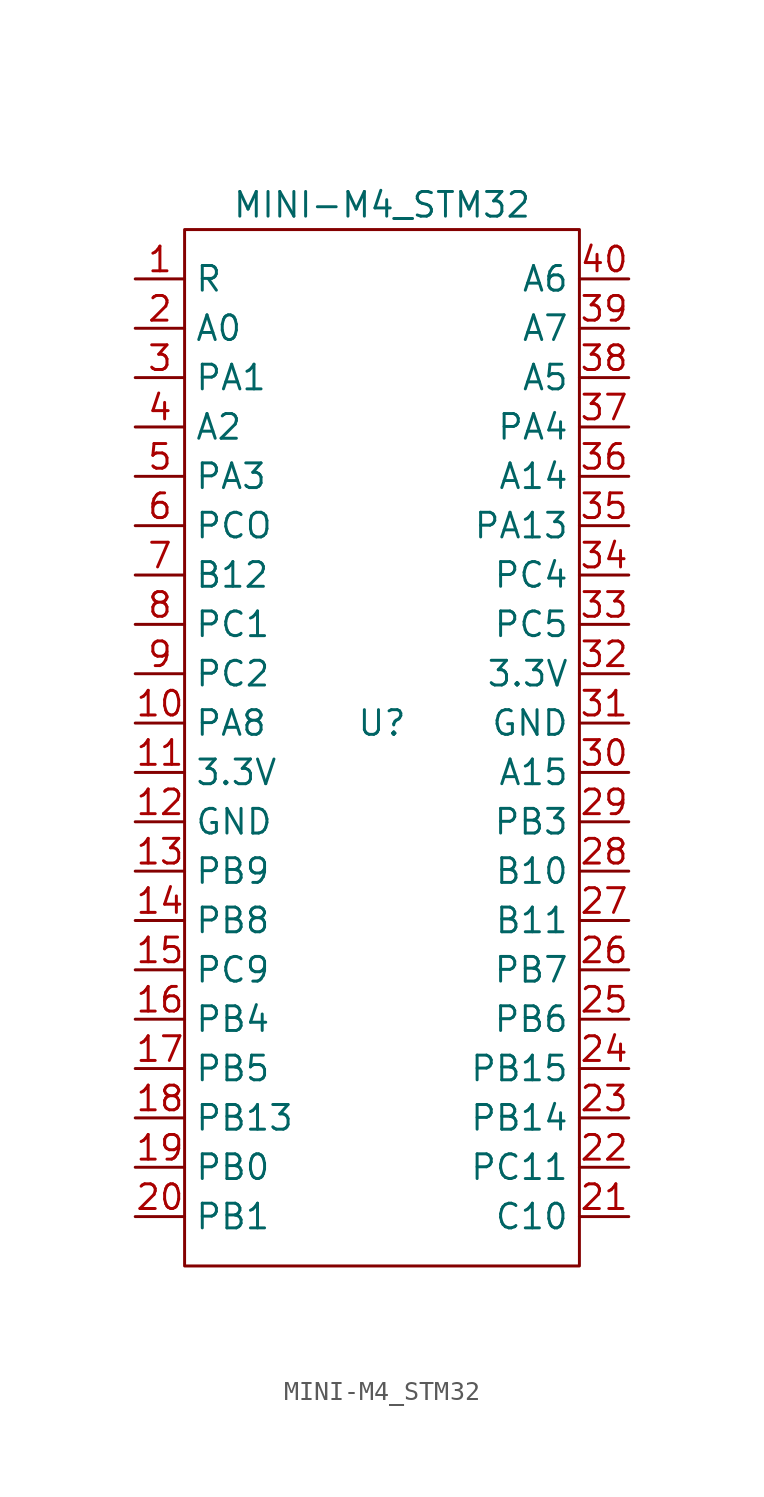
<source format=kicad_sym>
(kicad_symbol_lib
  (version 20211014)
  (generator kicad_symbol_editor)
  (symbol "MINI-M4_STM32"
    (property "Reference" "U"
      (at 0 0 0)
      (effects (font (size 1.27 1.27))))
    (property "Value" "MINI-M4_STM32"
      (at 0 26.67 0)
      (effects (font (size 1.27 1.27))))
    (symbol "MINI-M4_STM32_0_1"
      (rectangle (start -10.16 25.4) (end 10.16 -27.94) (stroke (width 0) (type default) (color 0 0 0 0)) (fill (type none))))
    (symbol "MINI-M4_STM32_1_1"
      (pin input line (at -12.7 22.86 0) (length 2.54) (name "R" (effects (font (size 1.27 1.27)))) (number "1" (effects (font (size 1.27 1.27)))))
      (pin bidirectional line (at -12.7 0 0) (length 2.54) (name "PA8" (effects (font (size 1.27 1.27)))) (number "10" (effects (font (size 1.27 1.27)))))
      (pin power_in line (at -12.7 -2.54 0) (length 2.54) (name "3.3V" (effects (font (size 1.27 1.27)))) (number "11" (effects (font (size 1.27 1.27)))))
      (pin power_in line (at -12.7 -5.08 0) (length 2.54) (name "GND" (effects (font (size 1.27 1.27)))) (number "12" (effects (font (size 1.27 1.27)))))
      (pin bidirectional line (at -12.7 -7.62 0) (length 2.54) (name "PB9" (effects (font (size 1.27 1.27)))) (number "13" (effects (font (size 1.27 1.27)))))
      (pin bidirectional line (at -12.7 -10.16 0) (length 2.54) (name "PB8" (effects (font (size 1.27 1.27)))) (number "14" (effects (font (size 1.27 1.27)))))
      (pin bidirectional line (at -12.7 -12.7 0) (length 2.54) (name "PC9" (effects (font (size 1.27 1.27)))) (number "15" (effects (font (size 1.27 1.27)))))
      (pin bidirectional line (at -12.7 -15.24 0) (length 2.54) (name "PB4" (effects (font (size 1.27 1.27)))) (number "16" (effects (font (size 1.27 1.27)))))
      (pin bidirectional line (at -12.7 -17.78 0) (length 2.54) (name "PB5" (effects (font (size 1.27 1.27)))) (number "17" (effects (font (size 1.27 1.27)))))
      (pin bidirectional line (at -12.7 -20.32 0) (length 2.54) (name "PB13" (effects (font (size 1.27 1.27)))) (number "18" (effects (font (size 1.27 1.27)))))
      (pin bidirectional line (at -12.7 -22.86 0) (length 2.54) (name "PB0" (effects (font (size 1.27 1.27)))) (number "19" (effects (font (size 1.27 1.27)))))
      (pin bidirectional line (at -12.7 20.32 0) (length 2.54) (name "A0" (effects (font (size 1.27 1.27)))) (number "2" (effects (font (size 1.27 1.27)))))
      (pin bidirectional line (at -12.7 -25.4 0) (length 2.54) (name "PB1" (effects (font (size 1.27 1.27)))) (number "20" (effects (font (size 1.27 1.27)))))
      (pin bidirectional line (at 12.7 -25.4 180) (length 2.54) (name "C10" (effects (font (size 1.27 1.27)))) (number "21" (effects (font (size 1.27 1.27)))))
      (pin bidirectional line (at 12.7 -22.86 180) (length 2.54) (name "PC11" (effects (font (size 1.27 1.27)))) (number "22" (effects (font (size 1.27 1.27)))))
      (pin bidirectional line (at 12.7 -20.32 180) (length 2.54) (name "PB14" (effects (font (size 1.27 1.27)))) (number "23" (effects (font (size 1.27 1.27)))))
      (pin bidirectional line (at 12.7 -17.78 180) (length 2.54) (name "PB15" (effects (font (size 1.27 1.27)))) (number "24" (effects (font (size 1.27 1.27)))))
      (pin bidirectional line (at 12.7 -15.24 180) (length 2.54) (name "PB6" (effects (font (size 1.27 1.27)))) (number "25" (effects (font (size 1.27 1.27)))))
      (pin bidirectional line (at 12.7 -12.7 180) (length 2.54) (name "PB7" (effects (font (size 1.27 1.27)))) (number "26" (effects (font (size 1.27 1.27)))))
      (pin bidirectional line (at 12.7 -10.16 180) (length 2.54) (name "B11" (effects (font (size 1.27 1.27)))) (number "27" (effects (font (size 1.27 1.27)))))
      (pin bidirectional line (at 12.7 -7.62 180) (length 2.54) (name "B10" (effects (font (size 1.27 1.27)))) (number "28" (effects (font (size 1.27 1.27)))))
      (pin bidirectional line (at 12.7 -5.08 180) (length 2.54) (name "PB3" (effects (font (size 1.27 1.27)))) (number "29" (effects (font (size 1.27 1.27)))))
      (pin bidirectional line (at -12.7 17.78 0) (length 2.54) (name "PA1" (effects (font (size 1.27 1.27)))) (number "3" (effects (font (size 1.27 1.27)))))
      (pin bidirectional line (at 12.7 -2.54 180) (length 2.54) (name "A15" (effects (font (size 1.27 1.27)))) (number "30" (effects (font (size 1.27 1.27)))))
      (pin power_in line (at 12.7 0 180) (length 2.54) (name "GND" (effects (font (size 1.27 1.27)))) (number "31" (effects (font (size 1.27 1.27)))))
      (pin power_in line (at 12.7 2.54 180) (length 2.54) (name "3.3V" (effects (font (size 1.27 1.27)))) (number "32" (effects (font (size 1.27 1.27)))))
      (pin bidirectional line (at 12.7 5.08 180) (length 2.54) (name "PC5" (effects (font (size 1.27 1.27)))) (number "33" (effects (font (size 1.27 1.27)))))
      (pin bidirectional line (at 12.7 7.62 180) (length 2.54) (name "PC4" (effects (font (size 1.27 1.27)))) (number "34" (effects (font (size 1.27 1.27)))))
      (pin bidirectional line (at 12.7 10.16 180) (length 2.54) (name "PA13" (effects (font (size 1.27 1.27)))) (number "35" (effects (font (size 1.27 1.27)))))
      (pin bidirectional line (at 12.7 12.7 180) (length 2.54) (name "A14" (effects (font (size 1.27 1.27)))) (number "36" (effects (font (size 1.27 1.27)))))
      (pin bidirectional line (at 12.7 15.24 180) (length 2.54) (name "PA4" (effects (font (size 1.27 1.27)))) (number "37" (effects (font (size 1.27 1.27)))))
      (pin bidirectional line (at 12.7 17.78 180) (length 2.54) (name "A5" (effects (font (size 1.27 1.27)))) (number "38" (effects (font (size 1.27 1.27)))))
      (pin bidirectional line (at 12.7 20.32 180) (length 2.54) (name "A7" (effects (font (size 1.27 1.27)))) (number "39" (effects (font (size 1.27 1.27)))))
      (pin bidirectional line (at -12.7 15.24 0) (length 2.54) (name "A2" (effects (font (size 1.27 1.27)))) (number "4" (effects (font (size 1.27 1.27)))))
      (pin bidirectional line (at 12.7 22.86 180) (length 2.54) (name "A6" (effects (font (size 1.27 1.27)))) (number "40" (effects (font (size 1.27 1.27)))))
      (pin bidirectional line (at -12.7 12.7 0) (length 2.54) (name "PA3" (effects (font (size 1.27 1.27)))) (number "5" (effects (font (size 1.27 1.27)))))
      (pin bidirectional line (at -12.7 10.16 0) (length 2.54) (name "PCO" (effects (font (size 1.27 1.27)))) (number "6" (effects (font (size 1.27 1.27)))))
      (pin bidirectional line (at -12.7 7.62 0) (length 2.54) (name "B12" (effects (font (size 1.27 1.27)))) (number "7" (effects (font (size 1.27 1.27)))))
      (pin bidirectional line (at -12.7 5.08 0) (length 2.54) (name "PC1" (effects (font (size 1.27 1.27)))) (number "8" (effects (font (size 1.27 1.27)))))
      (pin bidirectional line (at -12.7 2.54 0) (length 2.54) (name "PC2" (effects (font (size 1.27 1.27)))) (number "9" (effects (font (size 1.27 1.27))))))))
</source>
